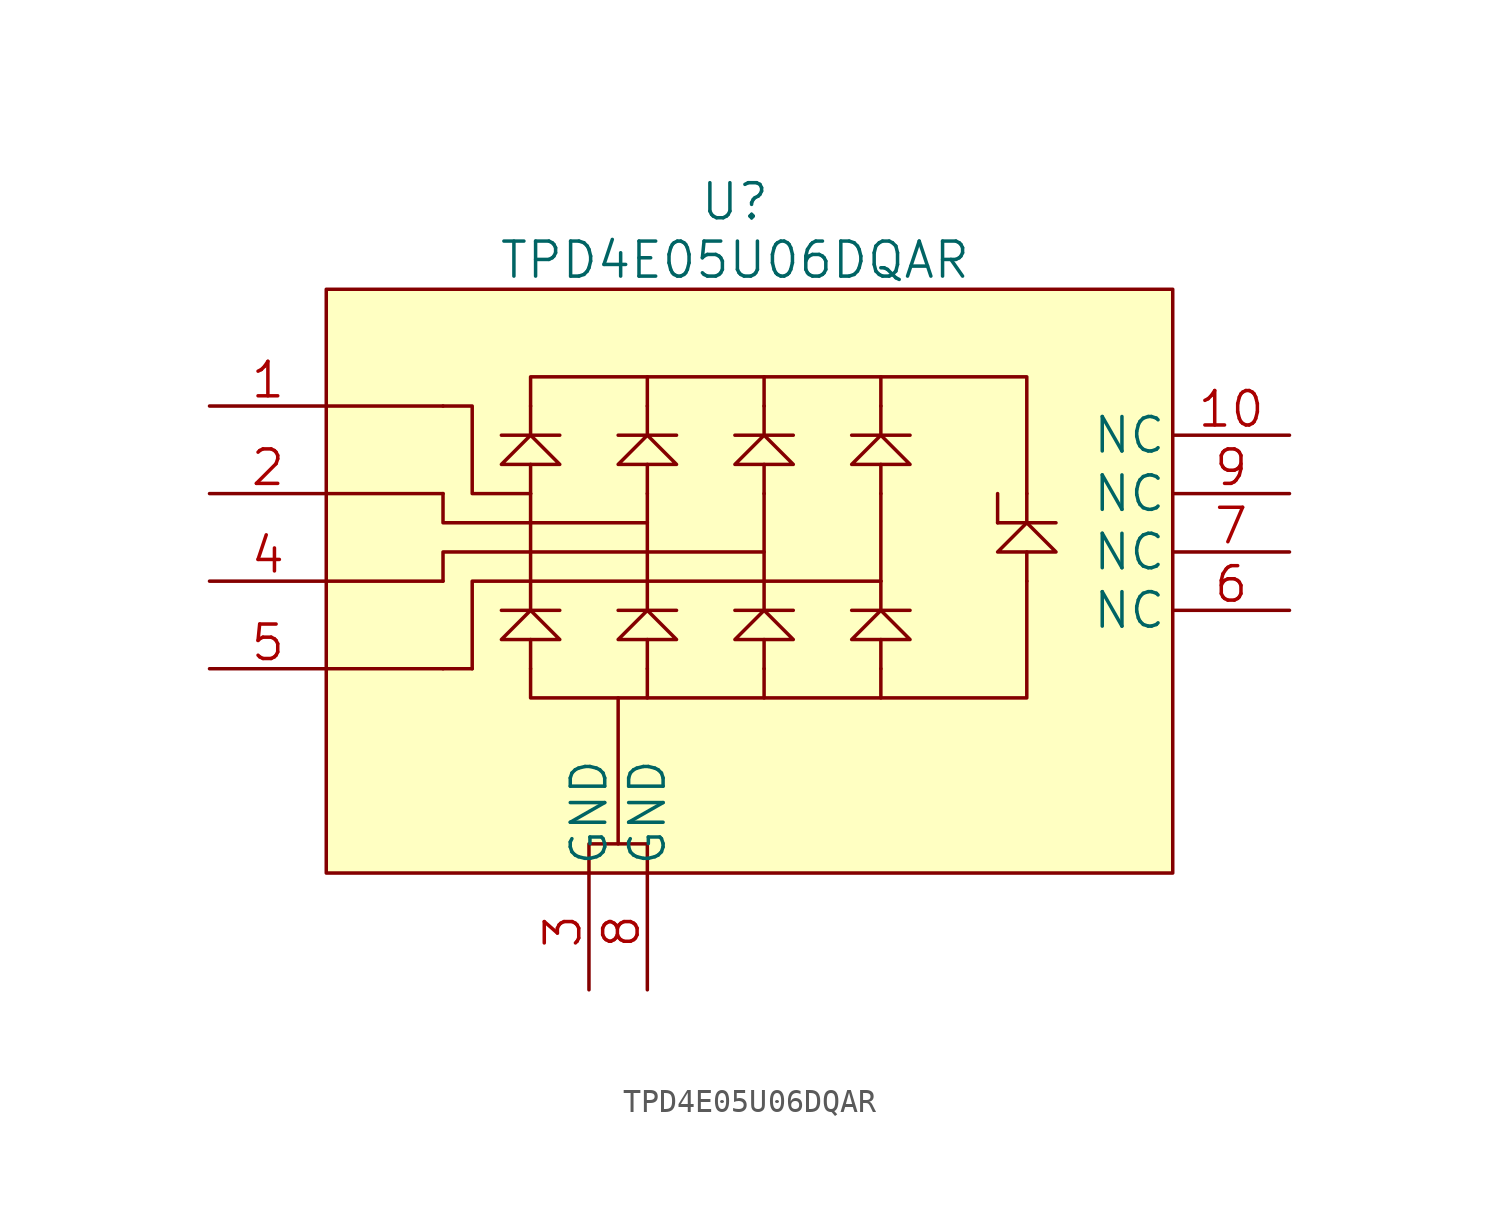
<source format=kicad_sym>
(kicad_symbol_lib
  (version 20211014)
  (generator kicad_symbol_editor)
  (symbol "TPD4E05U06DQAR"
    (pin_names
      (offset 0.254))
    (property "Reference" "U"
      (at 0 15.24 0)
      (effects (font (size 1.524 1.524))))
    (property "Value" "TPD4E05U06DQAR"
      (at 0 12.7 0)
      (effects (font (size 1.524 1.524))))
    (property "Datasheet" ""
      (at 0 11.43 0)
      (effects (font (size 1.524 1.524))))
    (property "ki_locked" ""
      (at 0 0 0)
      (effects (font (size 1.27 1.27))))
    (symbol "TPD4E05U06DQAR_0_1"
      (polyline (pts (xy -12.7 -5.08) (xy -17.78 -5.08)) (stroke (width 0) (type default) (color 0 0 0 0)) (fill (type none)))
      (polyline (pts (xy -12.7 -1.27) (xy -17.78 -1.27)) (stroke (width 0) (type default) (color 0 0 0 0)) (fill (type none)))
      (polyline (pts (xy -12.7 2.54) (xy -17.78 2.54)) (stroke (width 0) (type default) (color 0 0 0 0)) (fill (type none)))
      (polyline (pts (xy -12.7 6.35) (xy -17.78 6.35)) (stroke (width 0) (type default) (color 0 0 0 0)) (fill (type none)))
      (polyline (pts (xy -11.43 -5.08) (xy -12.7 -5.08)) (stroke (width 0) (type default) (color 0 0 0 0)) (fill (type none)))
      (polyline (pts (xy -10.16 -2.54) (xy -7.62 -2.54)) (stroke (width 0) (type default) (color 0 0 0 0)) (fill (type none)))
      (polyline (pts (xy -10.16 5.08) (xy -7.62 5.08)) (stroke (width 0) (type default) (color 0 0 0 0)) (fill (type none)))
      (polyline (pts (xy -8.89 -3.81) (xy -8.89 -5.08)) (stroke (width 0) (type default) (color 0 0 0 0)) (fill (type none)))
      (polyline (pts (xy -8.89 -2.54) (xy -8.89 -1.27)) (stroke (width 0) (type default) (color 0 0 0 0)) (fill (type none)))
      (polyline (pts (xy -8.89 2.54) (xy -8.89 -1.27)) (stroke (width 0) (type default) (color 0 0 0 0)) (fill (type none)))
      (polyline (pts (xy -8.89 3.81) (xy -8.89 2.54)) (stroke (width 0) (type default) (color 0 0 0 0)) (fill (type none)))
      (polyline (pts (xy -8.89 5.08) (xy -8.89 6.35)) (stroke (width 0) (type default) (color 0 0 0 0)) (fill (type none)))
      (polyline (pts (xy -5.08 -2.54) (xy -2.54 -2.54)) (stroke (width 0) (type default) (color 0 0 0 0)) (fill (type none)))
      (polyline (pts (xy -5.08 5.08) (xy -2.54 5.08)) (stroke (width 0) (type default) (color 0 0 0 0)) (fill (type none)))
      (polyline (pts (xy -3.81 -5.08) (xy -3.81 -6.35)) (stroke (width 0) (type default) (color 0 0 0 0)) (fill (type none)))
      (polyline (pts (xy -3.81 -3.81) (xy -3.81 -5.08)) (stroke (width 0) (type default) (color 0 0 0 0)) (fill (type none)))
      (polyline (pts (xy -3.81 -2.54) (xy -3.81 -1.27)) (stroke (width 0) (type default) (color 0 0 0 0)) (fill (type none)))
      (polyline (pts (xy -3.81 -1.27) (xy -3.81 2.54)) (stroke (width 0) (type default) (color 0 0 0 0)) (fill (type none)))
      (polyline (pts (xy -3.81 3.81) (xy -3.81 2.54)) (stroke (width 0) (type default) (color 0 0 0 0)) (fill (type none)))
      (polyline (pts (xy -3.81 5.08) (xy -3.81 6.35)) (stroke (width 0) (type default) (color 0 0 0 0)) (fill (type none)))
      (polyline (pts (xy -3.81 6.35) (xy -3.81 7.62)) (stroke (width 0) (type default) (color 0 0 0 0)) (fill (type none)))
      (polyline (pts (xy 0 -2.54) (xy 2.54 -2.54)) (stroke (width 0) (type default) (color 0 0 0 0)) (fill (type none)))
      (polyline (pts (xy 0 5.08) (xy 2.54 5.08)) (stroke (width 0) (type default) (color 0 0 0 0)) (fill (type none)))
      (polyline (pts (xy 1.27 -5.08) (xy 1.27 -6.35)) (stroke (width 0) (type default) (color 0 0 0 0)) (fill (type none)))
      (polyline (pts (xy 1.27 -3.81) (xy 1.27 -5.08)) (stroke (width 0) (type default) (color 0 0 0 0)) (fill (type none)))
      (polyline (pts (xy 1.27 -2.54) (xy 1.27 -1.27)) (stroke (width 0) (type default) (color 0 0 0 0)) (fill (type none)))
      (polyline (pts (xy 1.27 2.54) (xy 1.27 -1.27)) (stroke (width 0) (type default) (color 0 0 0 0)) (fill (type none)))
      (polyline (pts (xy 1.27 3.81) (xy 1.27 2.54)) (stroke (width 0) (type default) (color 0 0 0 0)) (fill (type none)))
      (polyline (pts (xy 1.27 5.08) (xy 1.27 6.35)) (stroke (width 0) (type default) (color 0 0 0 0)) (fill (type none)))
      (polyline (pts (xy 1.27 6.35) (xy 1.27 7.62)) (stroke (width 0) (type default) (color 0 0 0 0)) (fill (type none)))
      (polyline (pts (xy 5.08 -2.54) (xy 7.62 -2.54)) (stroke (width 0) (type default) (color 0 0 0 0)) (fill (type none)))
      (polyline (pts (xy 5.08 5.08) (xy 7.62 5.08)) (stroke (width 0) (type default) (color 0 0 0 0)) (fill (type none)))
      (polyline (pts (xy 6.35 -5.08) (xy 6.35 -6.35)) (stroke (width 0) (type default) (color 0 0 0 0)) (fill (type none)))
      (polyline (pts (xy 6.35 -3.81) (xy 6.35 -5.08)) (stroke (width 0) (type default) (color 0 0 0 0)) (fill (type none)))
      (polyline (pts (xy 6.35 -2.54) (xy 6.35 -1.27)) (stroke (width 0) (type default) (color 0 0 0 0)) (fill (type none)))
      (polyline (pts (xy 6.35 -1.27) (xy 6.35 2.54)) (stroke (width 0) (type default) (color 0 0 0 0)) (fill (type none)))
      (polyline (pts (xy 6.35 3.81) (xy 6.35 2.54)) (stroke (width 0) (type default) (color 0 0 0 0)) (fill (type none)))
      (polyline (pts (xy 6.35 5.08) (xy 6.35 6.35)) (stroke (width 0) (type default) (color 0 0 0 0)) (fill (type none)))
      (polyline (pts (xy 6.35 6.35) (xy 6.35 7.62)) (stroke (width 0) (type default) (color 0 0 0 0)) (fill (type none)))
      (polyline (pts (xy 11.43 1.27) (xy 11.43 2.54)) (stroke (width 0) (type default) (color 0 0 0 0)) (fill (type none)))
      (polyline (pts (xy 11.43 1.27) (xy 13.97 1.27)) (stroke (width 0) (type default) (color 0 0 0 0)) (fill (type none)))
      (polyline (pts (xy 12.7 0) (xy 12.7 -1.27)) (stroke (width 0) (type default) (color 0 0 0 0)) (fill (type none)))
      (polyline (pts (xy 12.7 1.27) (xy 12.7 2.54)) (stroke (width 0) (type default) (color 0 0 0 0)) (fill (type none)))
      (polyline (pts (xy -12.7 -1.27) (xy -12.7 0) (xy 1.27 0)) (stroke (width 0) (type default) (color 0 0 0 0)) (fill (type none)))
      (polyline (pts (xy -12.7 2.54) (xy -12.7 1.27) (xy -3.81 1.27)) (stroke (width 0) (type default) (color 0 0 0 0)) (fill (type none)))
      (polyline (pts (xy -11.43 -5.08) (xy -11.43 -1.27) (xy 6.35 -1.27)) (stroke (width 0) (type default) (color 0 0 0 0)) (fill (type none)))
      (polyline (pts (xy -5.08 -12.7) (xy -3.81 -12.7) (xy -3.81 -13.97)) (stroke (width 0) (type default) (color 0 0 0 0)) (fill (type none)))
      (polyline (pts (xy -12.7 6.35) (xy -11.43 6.35) (xy -11.43 2.54) (xy -8.89 2.54)) (stroke (width 0) (type default) (color 0 0 0 0)) (fill (type none)))
      (polyline (pts (xy -10.16 -3.81) (xy -8.89 -2.54) (xy -7.62 -3.81) (xy -10.16 -3.81)) (stroke (width 0) (type default) (color 0 0 0 0)) (fill (type none)))
      (polyline (pts (xy -10.16 3.81) (xy -8.89 5.08) (xy -7.62 3.81) (xy -10.16 3.81)) (stroke (width 0) (type default) (color 0 0 0 0)) (fill (type none)))
      (polyline (pts (xy -5.08 -6.35) (xy -5.08 -12.7) (xy -6.35 -12.7) (xy -6.35 -13.97)) (stroke (width 0) (type default) (color 0 0 0 0)) (fill (type none)))
      (polyline (pts (xy -5.08 -3.81) (xy -3.81 -2.54) (xy -2.54 -3.81) (xy -5.08 -3.81)) (stroke (width 0) (type default) (color 0 0 0 0)) (fill (type none)))
      (polyline (pts (xy -5.08 3.81) (xy -3.81 5.08) (xy -2.54 3.81) (xy -5.08 3.81)) (stroke (width 0) (type default) (color 0 0 0 0)) (fill (type none)))
      (polyline (pts (xy 0 -3.81) (xy 1.27 -2.54) (xy 2.54 -3.81) (xy 0 -3.81)) (stroke (width 0) (type default) (color 0 0 0 0)) (fill (type none)))
      (polyline (pts (xy 0 3.81) (xy 1.27 5.08) (xy 2.54 3.81) (xy 0 3.81)) (stroke (width 0) (type default) (color 0 0 0 0)) (fill (type none)))
      (polyline (pts (xy 5.08 -3.81) (xy 6.35 -2.54) (xy 7.62 -3.81) (xy 5.08 -3.81)) (stroke (width 0) (type default) (color 0 0 0 0)) (fill (type none)))
      (polyline (pts (xy 5.08 3.81) (xy 6.35 5.08) (xy 7.62 3.81) (xy 5.08 3.81)) (stroke (width 0) (type default) (color 0 0 0 0)) (fill (type none)))
      (polyline (pts (xy 11.43 0) (xy 12.7 1.27) (xy 13.97 0) (xy 11.43 0)) (stroke (width 0) (type default) (color 0 0 0 0)) (fill (type none)))
      (polyline (pts (xy 12.7 -1.27) (xy 12.7 -6.35) (xy -8.89 -6.35) (xy -8.89 -5.08)) (stroke (width 0) (type default) (color 0 0 0 0)) (fill (type none)))
      (polyline (pts (xy 12.7 2.54) (xy 12.7 7.62) (xy -8.89 7.62) (xy -8.89 6.35)) (stroke (width 0) (type default) (color 0 0 0 0)) (fill (type none))))
    (symbol "TPD4E05U06DQAR_1_1"
      (rectangle (start -17.78 -13.97) (end 19.05 11.43) (stroke (width 0) (type default) (color 0 0 0 0)) (fill (type background)))
      (pin bidirectional line (at -22.86 6.35 0) (length 5.08) (name "" (effects (font (size 1.499 1.499)))) (number "1" (effects (font (size 1.499 1.499)))))
      (pin unspecified line (at 24.13 5.08 180) (length 5.08) (name "NC" (effects (font (size 1.499 1.499)))) (number "10" (effects (font (size 1.499 1.499)))))
      (pin bidirectional line (at -22.86 2.54 0) (length 5.08) (name "" (effects (font (size 1.499 1.499)))) (number "2" (effects (font (size 1.499 1.499)))))
      (pin power_in line (at -6.35 -19.05 90) (length 5.08) (name "GND" (effects (font (size 1.499 1.499)))) (number "3" (effects (font (size 1.499 1.499)))))
      (pin bidirectional line (at -22.86 -1.27 0) (length 5.08) (name "" (effects (font (size 1.499 1.499)))) (number "4" (effects (font (size 1.499 1.499)))))
      (pin bidirectional line (at -22.86 -5.08 0) (length 5.08) (name "" (effects (font (size 1.499 1.499)))) (number "5" (effects (font (size 1.499 1.499)))))
      (pin unspecified line (at 24.13 -2.54 180) (length 5.08) (name "NC" (effects (font (size 1.499 1.499)))) (number "6" (effects (font (size 1.499 1.499)))))
      (pin unspecified line (at 24.13 0 180) (length 5.08) (name "NC" (effects (font (size 1.499 1.499)))) (number "7" (effects (font (size 1.499 1.499)))))
      (pin power_in line (at -3.81 -19.05 90) (length 5.08) (name "GND" (effects (font (size 1.499 1.499)))) (number "8" (effects (font (size 1.499 1.499)))))
      (pin unspecified line (at 24.13 2.54 180) (length 5.08) (name "NC" (effects (font (size 1.499 1.499)))) (number "9" (effects (font (size 1.499 1.499))))))))
</source>
